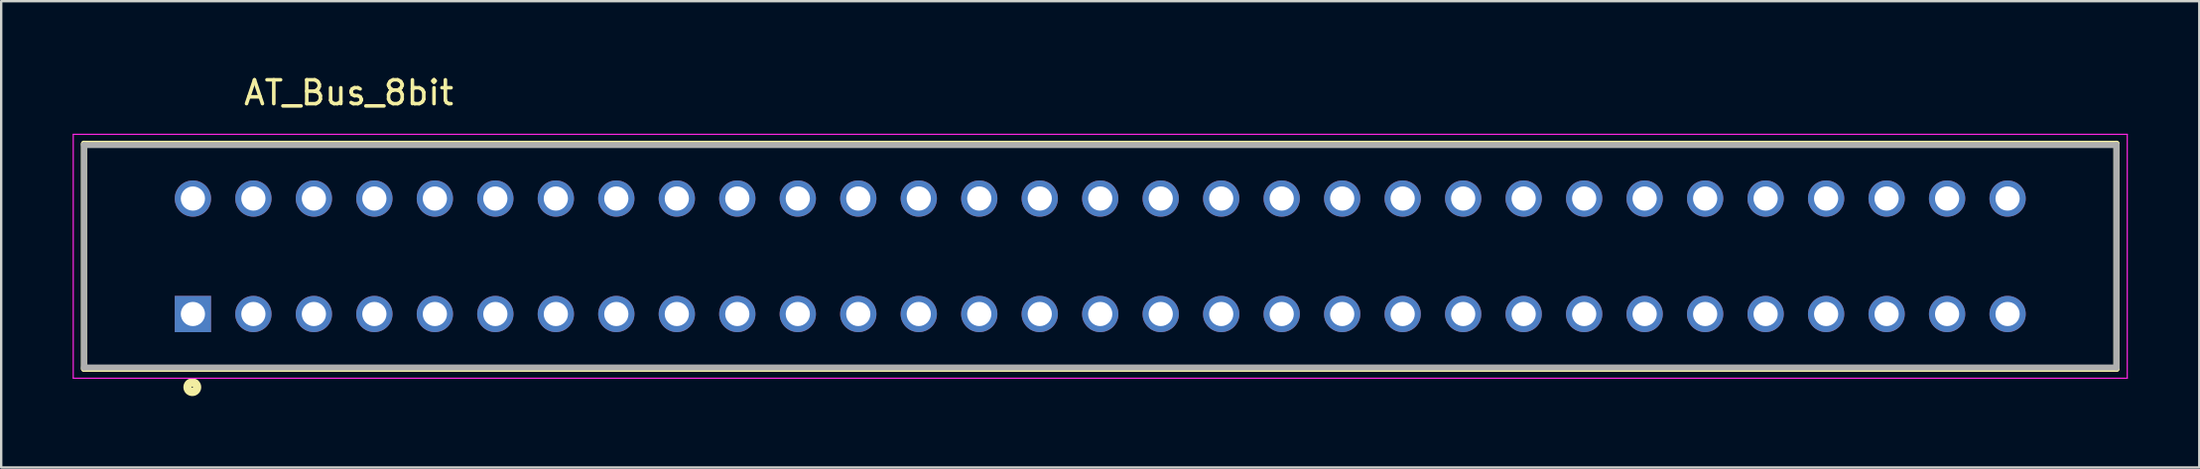
<source format=kicad_pcb>
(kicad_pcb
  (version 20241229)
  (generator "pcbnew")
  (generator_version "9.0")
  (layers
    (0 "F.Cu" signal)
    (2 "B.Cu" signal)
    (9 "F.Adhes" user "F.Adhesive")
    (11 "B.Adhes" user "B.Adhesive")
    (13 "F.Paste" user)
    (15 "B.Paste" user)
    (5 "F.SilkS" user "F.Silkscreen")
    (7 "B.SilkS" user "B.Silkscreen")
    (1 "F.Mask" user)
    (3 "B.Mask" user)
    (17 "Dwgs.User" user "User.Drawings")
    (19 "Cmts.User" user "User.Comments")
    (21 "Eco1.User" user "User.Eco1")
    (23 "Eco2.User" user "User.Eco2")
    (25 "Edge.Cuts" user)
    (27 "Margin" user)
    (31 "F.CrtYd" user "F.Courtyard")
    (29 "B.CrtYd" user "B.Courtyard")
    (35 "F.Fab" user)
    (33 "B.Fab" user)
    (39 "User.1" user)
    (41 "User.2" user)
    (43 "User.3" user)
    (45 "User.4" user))
  (footprint "AT_Bus_8bit"
    (layer "F.Cu")
    (at 43.15 7.72)
    (property "Reference" "AT_Bus_8bit" (at -31.554 -6.871 0) (layer "F.SilkS") (effects (font (size 1.002 1.002) (thickness 0.15))))
    (attr through_hole)
    (fp_line (start -42.672 -4.73) (end 42.672 -4.73) (stroke (width 0.254) (type solid)) (layer "F.SilkS"))
    (fp_line (start -42.672 4.73) (end -42.672 -4.73) (stroke (width 0.254) (type solid)) (layer "F.SilkS"))
    (fp_line (start 42.672 -4.73) (end 42.672 4.73) (stroke (width 0.254) (type solid)) (layer "F.SilkS"))
    (fp_line (start 42.672 4.73) (end -42.672 4.73) (stroke (width 0.254) (type solid)) (layer "F.SilkS"))
    (fp_circle (center -38.125 5.5) (end -37.925 5.5) (stroke (width 0.35) (type solid)) (fill no) (layer "F.SilkS"))
    (fp_line (start -43.125 -5.125) (end -43.125 5.125) (stroke (width 0.05) (type solid)) (layer "F.CrtYd"))
    (fp_line (start -43.125 5.125) (end 43.125 5.125) (stroke (width 0.05) (type solid)) (layer "F.CrtYd"))
    (fp_line (start 43.125 -5.125) (end -43.125 -5.125) (stroke (width 0.05) (type solid)) (layer "F.CrtYd"))
    (fp_line (start 43.125 5.125) (end 43.125 -5.125) (stroke (width 0.05) (type solid)) (layer "F.CrtYd"))
    (fp_line (start -42.672 -4.674) (end 42.672 -4.674) (stroke (width 0.254) (type solid)) (layer "F.Fab"))
    (fp_line (start -42.672 4.674) (end -42.672 -4.674) (stroke (width 0.254) (type solid)) (layer "F.Fab"))
    (fp_line (start 42.672 -4.674) (end 42.672 4.674) (stroke (width 0.254) (type solid)) (layer "F.Fab"))
    (fp_line (start 42.672 4.674) (end -42.672 4.674) (stroke (width 0.254) (type solid)) (layer "F.Fab"))
    (pad "1" thru_hole rect (at -38.1 2.426) (size 1.524 1.524) (drill 1.016) (layers "*.Cu" "*.Mask"))
    (pad "2" thru_hole circle (at -38.1 -2.426) (size 1.524 1.524) (drill 1.016) (layers "*.Cu" "*.Mask"))
    (pad "3" thru_hole circle (at -35.56 2.426) (size 1.524 1.524) (drill 1.016) (layers "*.Cu" "*.Mask"))
    (pad "4" thru_hole circle (at -35.56 -2.426) (size 1.524 1.524) (drill 1.016) (layers "*.Cu" "*.Mask"))
    (pad "5" thru_hole circle (at -33.02 2.426) (size 1.524 1.524) (drill 1.016) (layers "*.Cu" "*.Mask"))
    (pad "6" thru_hole circle (at -33.02 -2.426) (size 1.524 1.524) (drill 1.016) (layers "*.Cu" "*.Mask"))
    (pad "7" thru_hole circle (at -30.48 2.426) (size 1.524 1.524) (drill 1.016) (layers "*.Cu" "*.Mask"))
    (pad "8" thru_hole circle (at -30.48 -2.426) (size 1.524 1.524) (drill 1.016) (layers "*.Cu" "*.Mask"))
    (pad "9" thru_hole circle (at -27.94 2.426) (size 1.524 1.524) (drill 1.016) (layers "*.Cu" "*.Mask"))
    (pad "10" thru_hole circle (at -27.94 -2.426) (size 1.524 1.524) (drill 1.016) (layers "*.Cu" "*.Mask"))
    (pad "11" thru_hole circle (at -25.4 2.426) (size 1.524 1.524) (drill 1.016) (layers "*.Cu" "*.Mask"))
    (pad "12" thru_hole circle (at -25.4 -2.426) (size 1.524 1.524) (drill 1.016) (layers "*.Cu" "*.Mask"))
    (pad "13" thru_hole circle (at -22.86 2.426) (size 1.524 1.524) (drill 1.016) (layers "*.Cu" "*.Mask"))
    (pad "14" thru_hole circle (at -22.86 -2.426) (size 1.524 1.524) (drill 1.016) (layers "*.Cu" "*.Mask"))
    (pad "15" thru_hole circle (at -20.32 2.426) (size 1.524 1.524) (drill 1.016) (layers "*.Cu" "*.Mask"))
    (pad "16" thru_hole circle (at -20.32 -2.426) (size 1.524 1.524) (drill 1.016) (layers "*.Cu" "*.Mask"))
    (pad "17" thru_hole circle (at -17.78 2.426) (size 1.524 1.524) (drill 1.016) (layers "*.Cu" "*.Mask"))
    (pad "18" thru_hole circle (at -17.78 -2.426) (size 1.524 1.524) (drill 1.016) (layers "*.Cu" "*.Mask"))
    (pad "19" thru_hole circle (at -15.24 2.426) (size 1.524 1.524) (drill 1.016) (layers "*.Cu" "*.Mask"))
    (pad "20" thru_hole circle (at -15.24 -2.426) (size 1.524 1.524) (drill 1.016) (layers "*.Cu" "*.Mask"))
    (pad "21" thru_hole circle (at -12.7 2.426) (size 1.524 1.524) (drill 1.016) (layers "*.Cu" "*.Mask"))
    (pad "22" thru_hole circle (at -12.7 -2.426) (size 1.524 1.524) (drill 1.016) (layers "*.Cu" "*.Mask"))
    (pad "23" thru_hole circle (at -10.16 2.426) (size 1.524 1.524) (drill 1.016) (layers "*.Cu" "*.Mask"))
    (pad "24" thru_hole circle (at -10.16 -2.426) (size 1.524 1.524) (drill 1.016) (layers "*.Cu" "*.Mask"))
    (pad "25" thru_hole circle (at -7.62 2.426) (size 1.524 1.524) (drill 1.016) (layers "*.Cu" "*.Mask"))
    (pad "26" thru_hole circle (at -7.62 -2.426) (size 1.524 1.524) (drill 1.016) (layers "*.Cu" "*.Mask"))
    (pad "27" thru_hole circle (at -5.08 2.426) (size 1.524 1.524) (drill 1.016) (layers "*.Cu" "*.Mask"))
    (pad "28" thru_hole circle (at -5.08 -2.426) (size 1.524 1.524) (drill 1.016) (layers "*.Cu" "*.Mask"))
    (pad "29" thru_hole circle (at -2.54 2.426) (size 1.524 1.524) (drill 1.016) (layers "*.Cu" "*.Mask"))
    (pad "30" thru_hole circle (at -2.54 -2.426) (size 1.524 1.524) (drill 1.016) (layers "*.Cu" "*.Mask"))
    (pad "31" thru_hole circle (at 0 2.426) (size 1.524 1.524) (drill 1.016) (layers "*.Cu" "*.Mask"))
    (pad "32" thru_hole circle (at 0 -2.426) (size 1.524 1.524) (drill 1.016) (layers "*.Cu" "*.Mask"))
    (pad "33" thru_hole circle (at 2.54 2.426) (size 1.524 1.524) (drill 1.016) (layers "*.Cu" "*.Mask"))
    (pad "34" thru_hole circle (at 2.54 -2.426) (size 1.524 1.524) (drill 1.016) (layers "*.Cu" "*.Mask"))
    (pad "35" thru_hole circle (at 5.08 2.426) (size 1.524 1.524) (drill 1.016) (layers "*.Cu" "*.Mask"))
    (pad "36" thru_hole circle (at 5.08 -2.426) (size 1.524 1.524) (drill 1.016) (layers "*.Cu" "*.Mask"))
    (pad "37" thru_hole circle (at 7.62 2.426) (size 1.524 1.524) (drill 1.016) (layers "*.Cu" "*.Mask"))
    (pad "38" thru_hole circle (at 7.62 -2.426) (size 1.524 1.524) (drill 1.016) (layers "*.Cu" "*.Mask"))
    (pad "39" thru_hole circle (at 10.16 2.426) (size 1.524 1.524) (drill 1.016) (layers "*.Cu" "*.Mask"))
    (pad "40" thru_hole circle (at 10.16 -2.426) (size 1.524 1.524) (drill 1.016) (layers "*.Cu" "*.Mask"))
    (pad "41" thru_hole circle (at 12.7 2.426) (size 1.524 1.524) (drill 1.016) (layers "*.Cu" "*.Mask"))
    (pad "42" thru_hole circle (at 12.7 -2.426) (size 1.524 1.524) (drill 1.016) (layers "*.Cu" "*.Mask"))
    (pad "43" thru_hole circle (at 15.24 2.426) (size 1.524 1.524) (drill 1.016) (layers "*.Cu" "*.Mask"))
    (pad "44" thru_hole circle (at 15.24 -2.426) (size 1.524 1.524) (drill 1.016) (layers "*.Cu" "*.Mask"))
    (pad "45" thru_hole circle (at 17.78 2.426) (size 1.524 1.524) (drill 1.016) (layers "*.Cu" "*.Mask"))
    (pad "46" thru_hole circle (at 17.78 -2.426) (size 1.524 1.524) (drill 1.016) (layers "*.Cu" "*.Mask"))
    (pad "47" thru_hole circle (at 20.32 2.426) (size 1.524 1.524) (drill 1.016) (layers "*.Cu" "*.Mask"))
    (pad "48" thru_hole circle (at 20.32 -2.426) (size 1.524 1.524) (drill 1.016) (layers "*.Cu" "*.Mask"))
    (pad "49" thru_hole circle (at 22.86 2.426) (size 1.524 1.524) (drill 1.016) (layers "*.Cu" "*.Mask"))
    (pad "50" thru_hole circle (at 22.86 -2.426) (size 1.524 1.524) (drill 1.016) (layers "*.Cu" "*.Mask"))
    (pad "51" thru_hole circle (at 25.4 2.426) (size 1.524 1.524) (drill 1.016) (layers "*.Cu" "*.Mask"))
    (pad "52" thru_hole circle (at 25.4 -2.426) (size 1.524 1.524) (drill 1.016) (layers "*.Cu" "*.Mask"))
    (pad "53" thru_hole circle (at 27.94 2.426) (size 1.524 1.524) (drill 1.016) (layers "*.Cu" "*.Mask"))
    (pad "54" thru_hole circle (at 27.94 -2.426) (size 1.524 1.524) (drill 1.016) (layers "*.Cu" "*.Mask"))
    (pad "55" thru_hole circle (at 30.48 2.426) (size 1.524 1.524) (drill 1.016) (layers "*.Cu" "*.Mask"))
    (pad "56" thru_hole circle (at 30.48 -2.426) (size 1.524 1.524) (drill 1.016) (layers "*.Cu" "*.Mask"))
    (pad "57" thru_hole circle (at 33.02 2.426) (size 1.524 1.524) (drill 1.016) (layers "*.Cu" "*.Mask"))
    (pad "58" thru_hole circle (at 33.02 -2.426) (size 1.524 1.524) (drill 1.016) (layers "*.Cu" "*.Mask"))
    (pad "59" thru_hole circle (at 35.56 2.426) (size 1.524 1.524) (drill 1.016) (layers "*.Cu" "*.Mask"))
    (pad "60" thru_hole circle (at 35.56 -2.426) (size 1.524 1.524) (drill 1.016) (layers "*.Cu" "*.Mask"))
    (pad "61" thru_hole circle (at 38.1 2.426) (size 1.524 1.524) (drill 1.016) (layers "*.Cu" "*.Mask"))
    (pad "62" thru_hole circle (at 38.1 -2.426) (size 1.524 1.524) (drill 1.016) (layers "*.Cu" "*.Mask")))
  (gr_rect
    (start -3 -3)
    (end 89.3 16.595)
    (stroke (width 0.1) (type default))
    (fill no)
    (layer "Edge.Cuts")))
</source>
